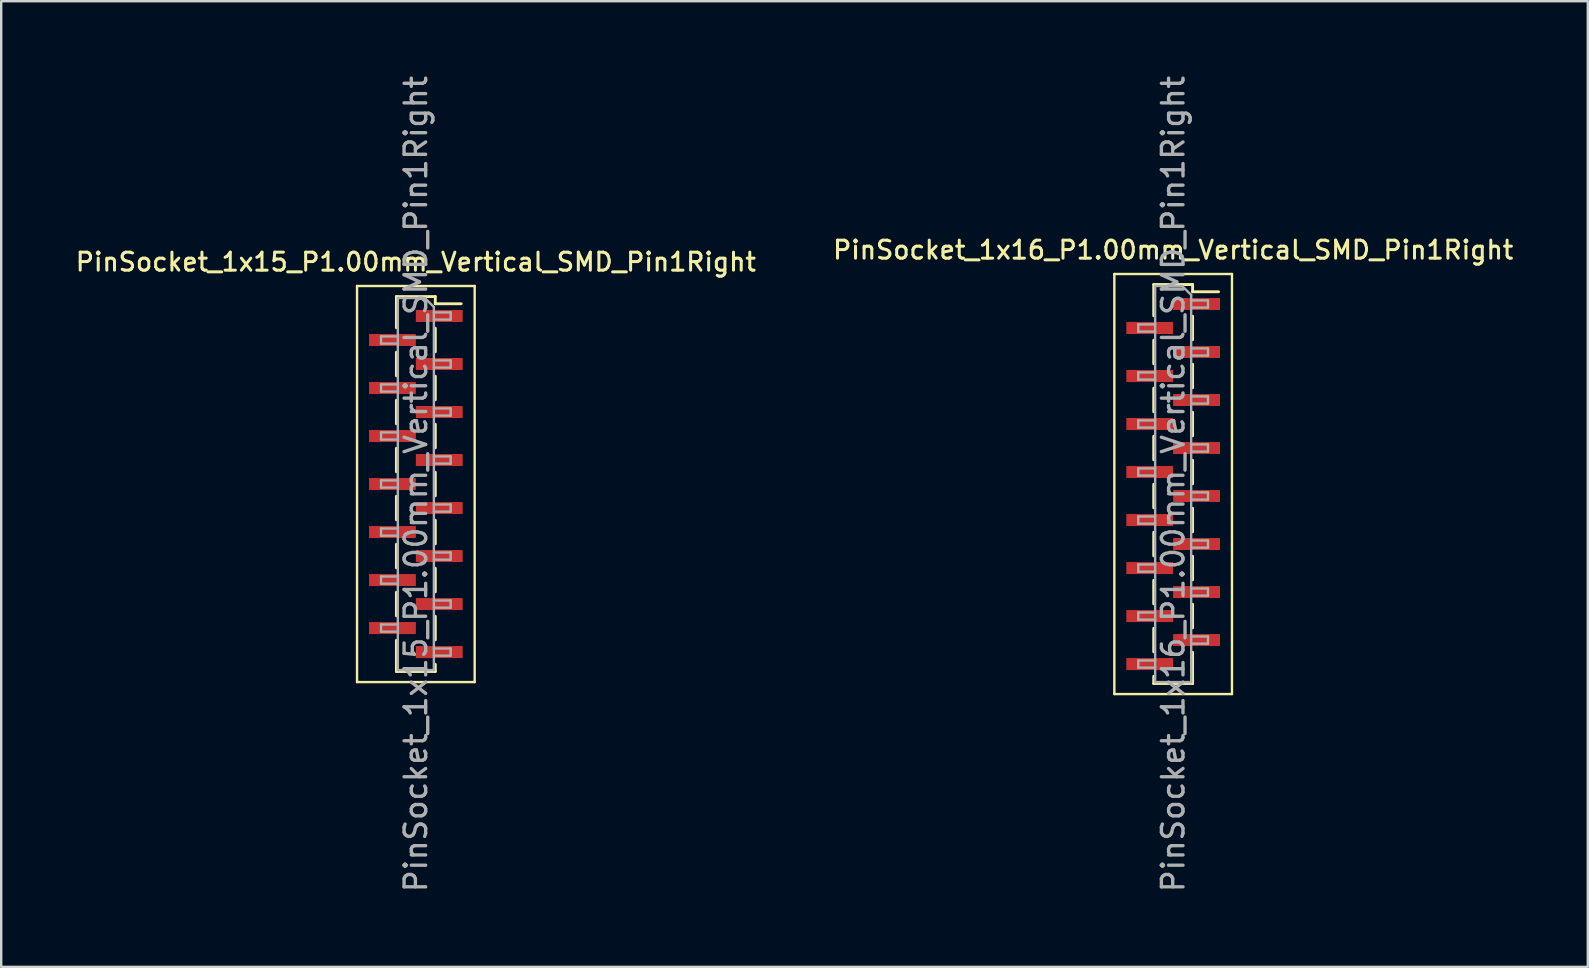
<source format=kicad_pcb>
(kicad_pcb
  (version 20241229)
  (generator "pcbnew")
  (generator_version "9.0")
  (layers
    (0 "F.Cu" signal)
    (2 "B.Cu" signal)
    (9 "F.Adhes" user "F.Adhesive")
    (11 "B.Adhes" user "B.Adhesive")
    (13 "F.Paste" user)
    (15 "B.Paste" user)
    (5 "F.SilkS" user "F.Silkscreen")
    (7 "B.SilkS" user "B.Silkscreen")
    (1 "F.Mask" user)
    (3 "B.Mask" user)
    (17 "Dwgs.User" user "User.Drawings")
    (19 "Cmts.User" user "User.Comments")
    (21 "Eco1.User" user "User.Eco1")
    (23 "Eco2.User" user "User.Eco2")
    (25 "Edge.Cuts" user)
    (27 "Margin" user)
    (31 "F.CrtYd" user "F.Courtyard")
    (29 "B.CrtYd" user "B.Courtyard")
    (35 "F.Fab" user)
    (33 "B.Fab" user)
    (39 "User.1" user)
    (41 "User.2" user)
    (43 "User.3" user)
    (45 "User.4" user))
  (footprint "PinSocket_1x15_P1.00mm_Vertical_SMD_Pin1Right"
    (layer "F.Cu")
    (at 14.273 17.113)
    (property "Reference" "PinSocket_1x15_P1.00mm_Vertical_SMD_Pin1Right" (at 0 -9.25 0) (layer "F.SilkS") (effects (font (size 0.75 0.75) (thickness 0.125))))
    (attr smd)
    (fp_line (start -2.45 -8.25) (end 2.45 -8.25) (stroke (width 0.1) (type solid)) (layer "F.SilkS"))
    (fp_line (start -2.45 8.25) (end -2.45 -8.25) (stroke (width 0.1) (type solid)) (layer "F.SilkS"))
    (fp_line (start -0.81 -7.81) (end -0.81 -6.51) (stroke (width 0.12) (type solid)) (layer "F.SilkS"))
    (fp_line (start -0.81 -7.81) (end 0.81 -7.81) (stroke (width 0.12) (type solid)) (layer "F.SilkS"))
    (fp_line (start -0.81 -5.49) (end -0.81 -4.51) (stroke (width 0.12) (type solid)) (layer "F.SilkS"))
    (fp_line (start -0.81 -3.49) (end -0.81 -2.51) (stroke (width 0.12) (type solid)) (layer "F.SilkS"))
    (fp_line (start -0.81 -1.49) (end -0.81 -0.51) (stroke (width 0.12) (type solid)) (layer "F.SilkS"))
    (fp_line (start -0.81 0.51) (end -0.81 1.49) (stroke (width 0.12) (type solid)) (layer "F.SilkS"))
    (fp_line (start -0.81 2.51) (end -0.81 3.49) (stroke (width 0.12) (type solid)) (layer "F.SilkS"))
    (fp_line (start -0.81 4.51) (end -0.81 5.49) (stroke (width 0.12) (type solid)) (layer "F.SilkS"))
    (fp_line (start -0.81 6.51) (end -0.81 7.81) (stroke (width 0.12) (type solid)) (layer "F.SilkS"))
    (fp_line (start -0.81 7.81) (end 0.81 7.81) (stroke (width 0.12) (type solid)) (layer "F.SilkS"))
    (fp_line (start 0.81 -7.81) (end 0.81 -7.51) (stroke (width 0.12) (type solid)) (layer "F.SilkS"))
    (fp_line (start 0.81 -7.51) (end 1.89 -7.51) (stroke (width 0.12) (type solid)) (layer "F.SilkS"))
    (fp_line (start 0.81 -6.49) (end 0.81 -5.51) (stroke (width 0.12) (type solid)) (layer "F.SilkS"))
    (fp_line (start 0.81 -4.49) (end 0.81 -3.51) (stroke (width 0.12) (type solid)) (layer "F.SilkS"))
    (fp_line (start 0.81 -2.49) (end 0.81 -1.51) (stroke (width 0.12) (type solid)) (layer "F.SilkS"))
    (fp_line (start 0.81 -0.49) (end 0.81 0.49) (stroke (width 0.12) (type solid)) (layer "F.SilkS"))
    (fp_line (start 0.81 1.51) (end 0.81 2.49) (stroke (width 0.12) (type solid)) (layer "F.SilkS"))
    (fp_line (start 0.81 3.51) (end 0.81 4.49) (stroke (width 0.12) (type solid)) (layer "F.SilkS"))
    (fp_line (start 0.81 5.51) (end 0.81 6.49) (stroke (width 0.12) (type solid)) (layer "F.SilkS"))
    (fp_line (start 0.81 7.51) (end 0.81 7.81) (stroke (width 0.12) (type solid)) (layer "F.SilkS"))
    (fp_line (start 2.45 -8.25) (end 2.45 8.25) (stroke (width 0.1) (type solid)) (layer "F.SilkS"))
    (fp_line (start 2.45 8.25) (end -2.45 8.25) (stroke (width 0.1) (type solid)) (layer "F.SilkS"))
    (fp_line (start -1.45 -6.15) (end -0.75 -6.15) (stroke (width 0.1) (type solid)) (layer "F.Fab"))
    (fp_line (start -1.45 -5.85) (end -1.45 -6.15) (stroke (width 0.1) (type solid)) (layer "F.Fab"))
    (fp_line (start -1.45 -4.15) (end -0.75 -4.15) (stroke (width 0.1) (type solid)) (layer "F.Fab"))
    (fp_line (start -1.45 -3.85) (end -1.45 -4.15) (stroke (width 0.1) (type solid)) (layer "F.Fab"))
    (fp_line (start -1.45 -2.15) (end -0.75 -2.15) (stroke (width 0.1) (type solid)) (layer "F.Fab"))
    (fp_line (start -1.45 -1.85) (end -1.45 -2.15) (stroke (width 0.1) (type solid)) (layer "F.Fab"))
    (fp_line (start -1.45 -0.15) (end -0.75 -0.15) (stroke (width 0.1) (type solid)) (layer "F.Fab"))
    (fp_line (start -1.45 0.15) (end -1.45 -0.15) (stroke (width 0.1) (type solid)) (layer "F.Fab"))
    (fp_line (start -1.45 1.85) (end -0.75 1.85) (stroke (width 0.1) (type solid)) (layer "F.Fab"))
    (fp_line (start -1.45 2.15) (end -1.45 1.85) (stroke (width 0.1) (type solid)) (layer "F.Fab"))
    (fp_line (start -1.45 3.85) (end -0.75 3.85) (stroke (width 0.1) (type solid)) (layer "F.Fab"))
    (fp_line (start -1.45 4.15) (end -1.45 3.85) (stroke (width 0.1) (type solid)) (layer "F.Fab"))
    (fp_line (start -1.45 5.85) (end -0.75 5.85) (stroke (width 0.1) (type solid)) (layer "F.Fab"))
    (fp_line (start -1.45 6.15) (end -1.45 5.85) (stroke (width 0.1) (type solid)) (layer "F.Fab"))
    (fp_line (start -0.75 -7.75) (end 0.375 -7.75) (stroke (width 0.1) (type solid)) (layer "F.Fab"))
    (fp_line (start -0.75 -5.85) (end -1.45 -5.85) (stroke (width 0.1) (type solid)) (layer "F.Fab"))
    (fp_line (start -0.75 -3.85) (end -1.45 -3.85) (stroke (width 0.1) (type solid)) (layer "F.Fab"))
    (fp_line (start -0.75 -1.85) (end -1.45 -1.85) (stroke (width 0.1) (type solid)) (layer "F.Fab"))
    (fp_line (start -0.75 0.15) (end -1.45 0.15) (stroke (width 0.1) (type solid)) (layer "F.Fab"))
    (fp_line (start -0.75 2.15) (end -1.45 2.15) (stroke (width 0.1) (type solid)) (layer "F.Fab"))
    (fp_line (start -0.75 4.15) (end -1.45 4.15) (stroke (width 0.1) (type solid)) (layer "F.Fab"))
    (fp_line (start -0.75 6.15) (end -1.45 6.15) (stroke (width 0.1) (type solid)) (layer "F.Fab"))
    (fp_line (start -0.75 7.75) (end -0.75 -7.75) (stroke (width 0.1) (type solid)) (layer "F.Fab"))
    (fp_line (start 0.375 -7.75) (end 0.75 -7.375) (stroke (width 0.1) (type solid)) (layer "F.Fab"))
    (fp_line (start 0.75 -7.375) (end 0.75 7.75) (stroke (width 0.1) (type solid)) (layer "F.Fab"))
    (fp_line (start 0.75 -7.15) (end 1.45 -7.15) (stroke (width 0.1) (type solid)) (layer "F.Fab"))
    (fp_line (start 0.75 -5.15) (end 1.45 -5.15) (stroke (width 0.1) (type solid)) (layer "F.Fab"))
    (fp_line (start 0.75 -3.15) (end 1.45 -3.15) (stroke (width 0.1) (type solid)) (layer "F.Fab"))
    (fp_line (start 0.75 -1.15) (end 1.45 -1.15) (stroke (width 0.1) (type solid)) (layer "F.Fab"))
    (fp_line (start 0.75 0.85) (end 1.45 0.85) (stroke (width 0.1) (type solid)) (layer "F.Fab"))
    (fp_line (start 0.75 2.85) (end 1.45 2.85) (stroke (width 0.1) (type solid)) (layer "F.Fab"))
    (fp_line (start 0.75 4.85) (end 1.45 4.85) (stroke (width 0.1) (type solid)) (layer "F.Fab"))
    (fp_line (start 0.75 6.85) (end 1.45 6.85) (stroke (width 0.1) (type solid)) (layer "F.Fab"))
    (fp_line (start 0.75 7.75) (end -0.75 7.75) (stroke (width 0.1) (type solid)) (layer "F.Fab"))
    (fp_line (start 1.45 -7.15) (end 1.45 -6.85) (stroke (width 0.1) (type solid)) (layer "F.Fab"))
    (fp_line (start 1.45 -6.85) (end 0.75 -6.85) (stroke (width 0.1) (type solid)) (layer "F.Fab"))
    (fp_line (start 1.45 -5.15) (end 1.45 -4.85) (stroke (width 0.1) (type solid)) (layer "F.Fab"))
    (fp_line (start 1.45 -4.85) (end 0.75 -4.85) (stroke (width 0.1) (type solid)) (layer "F.Fab"))
    (fp_line (start 1.45 -3.15) (end 1.45 -2.85) (stroke (width 0.1) (type solid)) (layer "F.Fab"))
    (fp_line (start 1.45 -2.85) (end 0.75 -2.85) (stroke (width 0.1) (type solid)) (layer "F.Fab"))
    (fp_line (start 1.45 -1.15) (end 1.45 -0.85) (stroke (width 0.1) (type solid)) (layer "F.Fab"))
    (fp_line (start 1.45 -0.85) (end 0.75 -0.85) (stroke (width 0.1) (type solid)) (layer "F.Fab"))
    (fp_line (start 1.45 0.85) (end 1.45 1.15) (stroke (width 0.1) (type solid)) (layer "F.Fab"))
    (fp_line (start 1.45 1.15) (end 0.75 1.15) (stroke (width 0.1) (type solid)) (layer "F.Fab"))
    (fp_line (start 1.45 2.85) (end 1.45 3.15) (stroke (width 0.1) (type solid)) (layer "F.Fab"))
    (fp_line (start 1.45 3.15) (end 0.75 3.15) (stroke (width 0.1) (type solid)) (layer "F.Fab"))
    (fp_line (start 1.45 4.85) (end 1.45 5.15) (stroke (width 0.1) (type solid)) (layer "F.Fab"))
    (fp_line (start 1.45 5.15) (end 0.75 5.15) (stroke (width 0.1) (type solid)) (layer "F.Fab"))
    (fp_line (start 1.45 6.85) (end 1.45 7.15) (stroke (width 0.1) (type solid)) (layer "F.Fab"))
    (fp_line (start 1.45 7.15) (end 0.75 7.15) (stroke (width 0.1) (type solid)) (layer "F.Fab"))
    (fp_text user "${REFERENCE}" (at 0 0 90) (layer "F.Fab") (effects (font (size 0.9 0.9) (thickness 0.14))))
    (pad "1" smd rect (at 0.975 -7) (size 1.95 0.5) (layers "F.Cu" "F.Mask" "F.Paste"))
    (pad "2" smd rect (at -0.975 -6) (size 1.95 0.5) (layers "F.Cu" "F.Mask" "F.Paste"))
    (pad "3" smd rect (at 0.975 -5) (size 1.95 0.5) (layers "F.Cu" "F.Mask" "F.Paste"))
    (pad "4" smd rect (at -0.975 -4) (size 1.95 0.5) (layers "F.Cu" "F.Mask" "F.Paste"))
    (pad "5" smd rect (at 0.975 -3) (size 1.95 0.5) (layers "F.Cu" "F.Mask" "F.Paste"))
    (pad "6" smd rect (at -0.975 -2) (size 1.95 0.5) (layers "F.Cu" "F.Mask" "F.Paste"))
    (pad "7" smd rect (at 0.975 -1) (size 1.95 0.5) (layers "F.Cu" "F.Mask" "F.Paste"))
    (pad "8" smd rect (at -0.975 0) (size 1.95 0.5) (layers "F.Cu" "F.Mask" "F.Paste"))
    (pad "9" smd rect (at 0.975 1) (size 1.95 0.5) (layers "F.Cu" "F.Mask" "F.Paste"))
    (pad "10" smd rect (at -0.975 2) (size 1.95 0.5) (layers "F.Cu" "F.Mask" "F.Paste"))
    (pad "11" smd rect (at 0.975 3) (size 1.95 0.5) (layers "F.Cu" "F.Mask" "F.Paste"))
    (pad "12" smd rect (at -0.975 4) (size 1.95 0.5) (layers "F.Cu" "F.Mask" "F.Paste"))
    (pad "13" smd rect (at 0.975 5) (size 1.95 0.5) (layers "F.Cu" "F.Mask" "F.Paste"))
    (pad "14" smd rect (at -0.975 6) (size 1.95 0.5) (layers "F.Cu" "F.Mask" "F.Paste"))
    (pad "15" smd rect (at 0.975 7) (size 1.95 0.5) (layers "F.Cu" "F.Mask" "F.Paste")))
  (footprint "PinSocket_1x16_P1.00mm_Vertical_SMD_Pin1Right"
    (layer "F.Cu")
    (at 45.82 17.113)
    (property "Reference" "PinSocket_1x16_P1.00mm_Vertical_SMD_Pin1Right" (at 0 -9.75 0) (layer "F.SilkS") (effects (font (size 0.75 0.75) (thickness 0.125))))
    (attr smd)
    (fp_line (start -2.45 -8.75) (end 2.45 -8.75) (stroke (width 0.1) (type solid)) (layer "F.SilkS"))
    (fp_line (start -2.45 8.75) (end -2.45 -8.75) (stroke (width 0.1) (type solid)) (layer "F.SilkS"))
    (fp_line (start -0.81 -8.31) (end -0.81 -7.01) (stroke (width 0.12) (type solid)) (layer "F.SilkS"))
    (fp_line (start -0.81 -8.31) (end 0.81 -8.31) (stroke (width 0.12) (type solid)) (layer "F.SilkS"))
    (fp_line (start -0.81 -5.99) (end -0.81 -5.01) (stroke (width 0.12) (type solid)) (layer "F.SilkS"))
    (fp_line (start -0.81 -3.99) (end -0.81 -3.01) (stroke (width 0.12) (type solid)) (layer "F.SilkS"))
    (fp_line (start -0.81 -1.99) (end -0.81 -1.01) (stroke (width 0.12) (type solid)) (layer "F.SilkS"))
    (fp_line (start -0.81 0.01) (end -0.81 0.99) (stroke (width 0.12) (type solid)) (layer "F.SilkS"))
    (fp_line (start -0.81 2.01) (end -0.81 2.99) (stroke (width 0.12) (type solid)) (layer "F.SilkS"))
    (fp_line (start -0.81 4.01) (end -0.81 4.99) (stroke (width 0.12) (type solid)) (layer "F.SilkS"))
    (fp_line (start -0.81 6.01) (end -0.81 6.99) (stroke (width 0.12) (type solid)) (layer "F.SilkS"))
    (fp_line (start -0.81 8.01) (end -0.81 8.31) (stroke (width 0.12) (type solid)) (layer "F.SilkS"))
    (fp_line (start -0.81 8.31) (end 0.81 8.31) (stroke (width 0.12) (type solid)) (layer "F.SilkS"))
    (fp_line (start 0.81 -8.31) (end 0.81 -8.01) (stroke (width 0.12) (type solid)) (layer "F.SilkS"))
    (fp_line (start 0.81 -8.01) (end 1.89 -8.01) (stroke (width 0.12) (type solid)) (layer "F.SilkS"))
    (fp_line (start 0.81 -6.99) (end 0.81 -6.01) (stroke (width 0.12) (type solid)) (layer "F.SilkS"))
    (fp_line (start 0.81 -4.99) (end 0.81 -4.01) (stroke (width 0.12) (type solid)) (layer "F.SilkS"))
    (fp_line (start 0.81 -2.99) (end 0.81 -2.01) (stroke (width 0.12) (type solid)) (layer "F.SilkS"))
    (fp_line (start 0.81 -0.99) (end 0.81 -0.01) (stroke (width 0.12) (type solid)) (layer "F.SilkS"))
    (fp_line (start 0.81 1.01) (end 0.81 1.99) (stroke (width 0.12) (type solid)) (layer "F.SilkS"))
    (fp_line (start 0.81 3.01) (end 0.81 3.99) (stroke (width 0.12) (type solid)) (layer "F.SilkS"))
    (fp_line (start 0.81 5.01) (end 0.81 5.99) (stroke (width 0.12) (type solid)) (layer "F.SilkS"))
    (fp_line (start 0.81 7.01) (end 0.81 8.31) (stroke (width 0.12) (type solid)) (layer "F.SilkS"))
    (fp_line (start 2.45 -8.75) (end 2.45 8.75) (stroke (width 0.1) (type solid)) (layer "F.SilkS"))
    (fp_line (start 2.45 8.75) (end -2.45 8.75) (stroke (width 0.1) (type solid)) (layer "F.SilkS"))
    (fp_line (start -1.45 -6.65) (end -0.75 -6.65) (stroke (width 0.1) (type solid)) (layer "F.Fab"))
    (fp_line (start -1.45 -6.35) (end -1.45 -6.65) (stroke (width 0.1) (type solid)) (layer "F.Fab"))
    (fp_line (start -1.45 -4.65) (end -0.75 -4.65) (stroke (width 0.1) (type solid)) (layer "F.Fab"))
    (fp_line (start -1.45 -4.35) (end -1.45 -4.65) (stroke (width 0.1) (type solid)) (layer "F.Fab"))
    (fp_line (start -1.45 -2.65) (end -0.75 -2.65) (stroke (width 0.1) (type solid)) (layer "F.Fab"))
    (fp_line (start -1.45 -2.35) (end -1.45 -2.65) (stroke (width 0.1) (type solid)) (layer "F.Fab"))
    (fp_line (start -1.45 -0.65) (end -0.75 -0.65) (stroke (width 0.1) (type solid)) (layer "F.Fab"))
    (fp_line (start -1.45 -0.35) (end -1.45 -0.65) (stroke (width 0.1) (type solid)) (layer "F.Fab"))
    (fp_line (start -1.45 1.35) (end -0.75 1.35) (stroke (width 0.1) (type solid)) (layer "F.Fab"))
    (fp_line (start -1.45 1.65) (end -1.45 1.35) (stroke (width 0.1) (type solid)) (layer "F.Fab"))
    (fp_line (start -1.45 3.35) (end -0.75 3.35) (stroke (width 0.1) (type solid)) (layer "F.Fab"))
    (fp_line (start -1.45 3.65) (end -1.45 3.35) (stroke (width 0.1) (type solid)) (layer "F.Fab"))
    (fp_line (start -1.45 5.35) (end -0.75 5.35) (stroke (width 0.1) (type solid)) (layer "F.Fab"))
    (fp_line (start -1.45 5.65) (end -1.45 5.35) (stroke (width 0.1) (type solid)) (layer "F.Fab"))
    (fp_line (start -1.45 7.35) (end -0.75 7.35) (stroke (width 0.1) (type solid)) (layer "F.Fab"))
    (fp_line (start -1.45 7.65) (end -1.45 7.35) (stroke (width 0.1) (type solid)) (layer "F.Fab"))
    (fp_line (start -0.75 -8.25) (end 0.375 -8.25) (stroke (width 0.1) (type solid)) (layer "F.Fab"))
    (fp_line (start -0.75 -6.35) (end -1.45 -6.35) (stroke (width 0.1) (type solid)) (layer "F.Fab"))
    (fp_line (start -0.75 -4.35) (end -1.45 -4.35) (stroke (width 0.1) (type solid)) (layer "F.Fab"))
    (fp_line (start -0.75 -2.35) (end -1.45 -2.35) (stroke (width 0.1) (type solid)) (layer "F.Fab"))
    (fp_line (start -0.75 -0.35) (end -1.45 -0.35) (stroke (width 0.1) (type solid)) (layer "F.Fab"))
    (fp_line (start -0.75 1.65) (end -1.45 1.65) (stroke (width 0.1) (type solid)) (layer "F.Fab"))
    (fp_line (start -0.75 3.65) (end -1.45 3.65) (stroke (width 0.1) (type solid)) (layer "F.Fab"))
    (fp_line (start -0.75 5.65) (end -1.45 5.65) (stroke (width 0.1) (type solid)) (layer "F.Fab"))
    (fp_line (start -0.75 7.65) (end -1.45 7.65) (stroke (width 0.1) (type solid)) (layer "F.Fab"))
    (fp_line (start -0.75 8.25) (end -0.75 -8.25) (stroke (width 0.1) (type solid)) (layer "F.Fab"))
    (fp_line (start 0.375 -8.25) (end 0.75 -7.875) (stroke (width 0.1) (type solid)) (layer "F.Fab"))
    (fp_line (start 0.75 -7.875) (end 0.75 8.25) (stroke (width 0.1) (type solid)) (layer "F.Fab"))
    (fp_line (start 0.75 -7.65) (end 1.45 -7.65) (stroke (width 0.1) (type solid)) (layer "F.Fab"))
    (fp_line (start 0.75 -5.65) (end 1.45 -5.65) (stroke (width 0.1) (type solid)) (layer "F.Fab"))
    (fp_line (start 0.75 -3.65) (end 1.45 -3.65) (stroke (width 0.1) (type solid)) (layer "F.Fab"))
    (fp_line (start 0.75 -1.65) (end 1.45 -1.65) (stroke (width 0.1) (type solid)) (layer "F.Fab"))
    (fp_line (start 0.75 0.35) (end 1.45 0.35) (stroke (width 0.1) (type solid)) (layer "F.Fab"))
    (fp_line (start 0.75 2.35) (end 1.45 2.35) (stroke (width 0.1) (type solid)) (layer "F.Fab"))
    (fp_line (start 0.75 4.35) (end 1.45 4.35) (stroke (width 0.1) (type solid)) (layer "F.Fab"))
    (fp_line (start 0.75 6.35) (end 1.45 6.35) (stroke (width 0.1) (type solid)) (layer "F.Fab"))
    (fp_line (start 0.75 8.25) (end -0.75 8.25) (stroke (width 0.1) (type solid)) (layer "F.Fab"))
    (fp_line (start 1.45 -7.65) (end 1.45 -7.35) (stroke (width 0.1) (type solid)) (layer "F.Fab"))
    (fp_line (start 1.45 -7.35) (end 0.75 -7.35) (stroke (width 0.1) (type solid)) (layer "F.Fab"))
    (fp_line (start 1.45 -5.65) (end 1.45 -5.35) (stroke (width 0.1) (type solid)) (layer "F.Fab"))
    (fp_line (start 1.45 -5.35) (end 0.75 -5.35) (stroke (width 0.1) (type solid)) (layer "F.Fab"))
    (fp_line (start 1.45 -3.65) (end 1.45 -3.35) (stroke (width 0.1) (type solid)) (layer "F.Fab"))
    (fp_line (start 1.45 -3.35) (end 0.75 -3.35) (stroke (width 0.1) (type solid)) (layer "F.Fab"))
    (fp_line (start 1.45 -1.65) (end 1.45 -1.35) (stroke (width 0.1) (type solid)) (layer "F.Fab"))
    (fp_line (start 1.45 -1.35) (end 0.75 -1.35) (stroke (width 0.1) (type solid)) (layer "F.Fab"))
    (fp_line (start 1.45 0.35) (end 1.45 0.65) (stroke (width 0.1) (type solid)) (layer "F.Fab"))
    (fp_line (start 1.45 0.65) (end 0.75 0.65) (stroke (width 0.1) (type solid)) (layer "F.Fab"))
    (fp_line (start 1.45 2.35) (end 1.45 2.65) (stroke (width 0.1) (type solid)) (layer "F.Fab"))
    (fp_line (start 1.45 2.65) (end 0.75 2.65) (stroke (width 0.1) (type solid)) (layer "F.Fab"))
    (fp_line (start 1.45 4.35) (end 1.45 4.65) (stroke (width 0.1) (type solid)) (layer "F.Fab"))
    (fp_line (start 1.45 4.65) (end 0.75 4.65) (stroke (width 0.1) (type solid)) (layer "F.Fab"))
    (fp_line (start 1.45 6.35) (end 1.45 6.65) (stroke (width 0.1) (type solid)) (layer "F.Fab"))
    (fp_line (start 1.45 6.65) (end 0.75 6.65) (stroke (width 0.1) (type solid)) (layer "F.Fab"))
    (fp_text user "${REFERENCE}" (at 0 0 90) (layer "F.Fab") (effects (font (size 0.9 0.9) (thickness 0.14))))
    (pad "1" smd rect (at 0.975 -7.5) (size 1.95 0.5) (layers "F.Cu" "F.Mask" "F.Paste"))
    (pad "2" smd rect (at -0.975 -6.5) (size 1.95 0.5) (layers "F.Cu" "F.Mask" "F.Paste"))
    (pad "3" smd rect (at 0.975 -5.5) (size 1.95 0.5) (layers "F.Cu" "F.Mask" "F.Paste"))
    (pad "4" smd rect (at -0.975 -4.5) (size 1.95 0.5) (layers "F.Cu" "F.Mask" "F.Paste"))
    (pad "5" smd rect (at 0.975 -3.5) (size 1.95 0.5) (layers "F.Cu" "F.Mask" "F.Paste"))
    (pad "6" smd rect (at -0.975 -2.5) (size 1.95 0.5) (layers "F.Cu" "F.Mask" "F.Paste"))
    (pad "7" smd rect (at 0.975 -1.5) (size 1.95 0.5) (layers "F.Cu" "F.Mask" "F.Paste"))
    (pad "8" smd rect (at -0.975 -0.5) (size 1.95 0.5) (layers "F.Cu" "F.Mask" "F.Paste"))
    (pad "9" smd rect (at 0.975 0.5) (size 1.95 0.5) (layers "F.Cu" "F.Mask" "F.Paste"))
    (pad "10" smd rect (at -0.975 1.5) (size 1.95 0.5) (layers "F.Cu" "F.Mask" "F.Paste"))
    (pad "11" smd rect (at 0.975 2.5) (size 1.95 0.5) (layers "F.Cu" "F.Mask" "F.Paste"))
    (pad "12" smd rect (at -0.975 3.5) (size 1.95 0.5) (layers "F.Cu" "F.Mask" "F.Paste"))
    (pad "13" smd rect (at 0.975 4.5) (size 1.95 0.5) (layers "F.Cu" "F.Mask" "F.Paste"))
    (pad "14" smd rect (at -0.975 5.5) (size 1.95 0.5) (layers "F.Cu" "F.Mask" "F.Paste"))
    (pad "15" smd rect (at 0.975 6.5) (size 1.95 0.5) (layers "F.Cu" "F.Mask" "F.Paste"))
    (pad "16" smd rect (at -0.975 7.5) (size 1.95 0.5) (layers "F.Cu" "F.Mask" "F.Paste")))
  (gr_rect
    (start -3 -3)
    (end 63.093 37.226)
    (stroke (width 0.1) (type default))
    (fill no)
    (layer "Edge.Cuts")))
</source>
